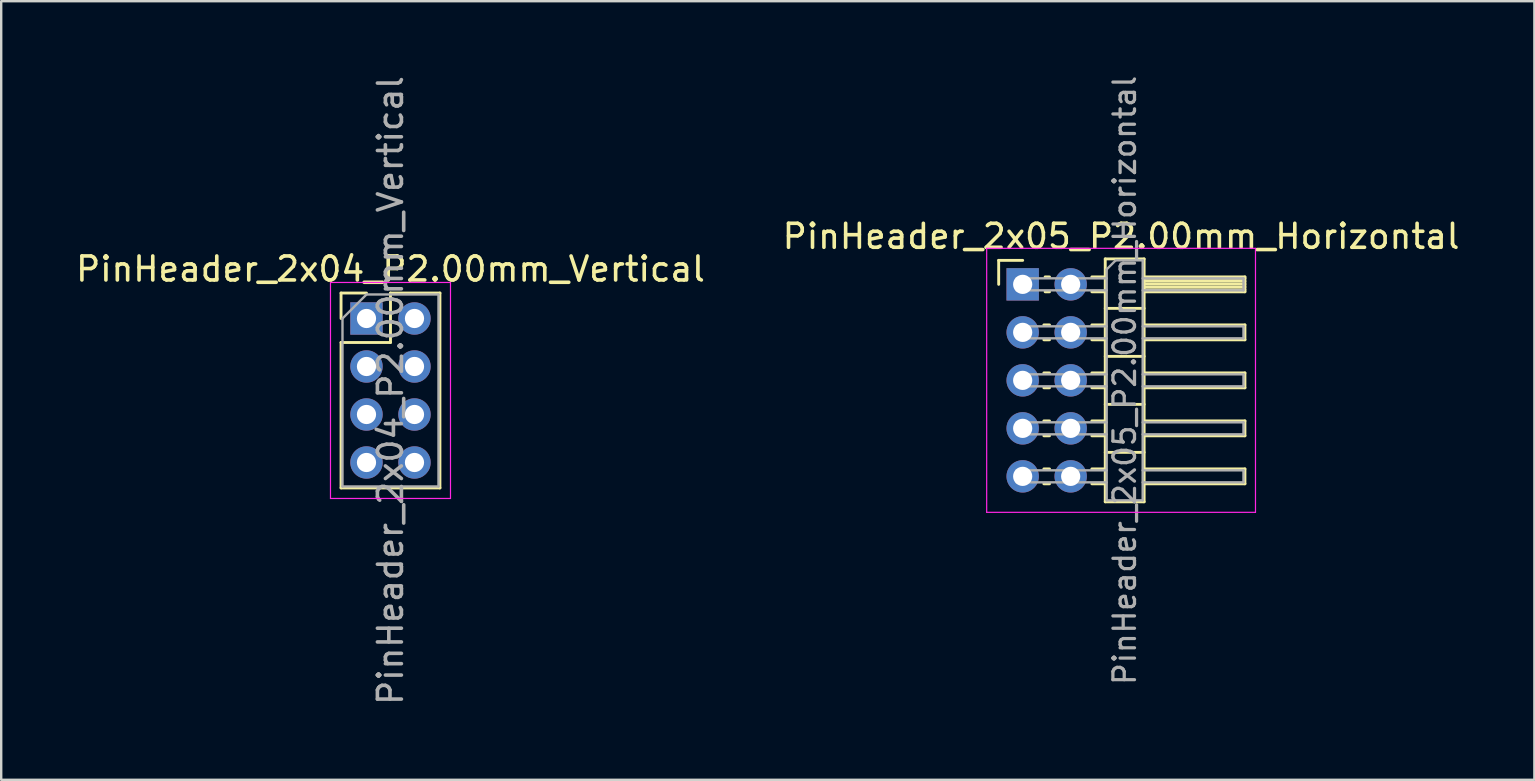
<source format=kicad_pcb>
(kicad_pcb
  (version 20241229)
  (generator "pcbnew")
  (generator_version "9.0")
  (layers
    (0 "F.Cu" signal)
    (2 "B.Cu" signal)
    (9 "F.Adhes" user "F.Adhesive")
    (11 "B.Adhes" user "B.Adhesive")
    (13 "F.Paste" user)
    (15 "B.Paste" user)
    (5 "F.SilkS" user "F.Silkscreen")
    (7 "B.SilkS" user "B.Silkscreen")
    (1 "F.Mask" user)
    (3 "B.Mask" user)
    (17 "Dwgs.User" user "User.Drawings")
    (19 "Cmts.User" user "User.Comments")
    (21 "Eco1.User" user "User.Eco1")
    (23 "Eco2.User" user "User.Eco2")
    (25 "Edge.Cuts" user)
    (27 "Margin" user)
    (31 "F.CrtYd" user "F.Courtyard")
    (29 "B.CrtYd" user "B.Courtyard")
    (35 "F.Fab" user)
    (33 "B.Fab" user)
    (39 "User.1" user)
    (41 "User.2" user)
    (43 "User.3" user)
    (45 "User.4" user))
  (footprint "PinHeader_2x04_P2.00mm_Vertical"
    (layer "F.Cu")
    (at 12.22 10.22)
    (property "Reference" "PinHeader_2x04_P2.00mm_Vertical" (at 1 -2.06 0) (layer "F.SilkS") (effects (font (size 1 1) (thickness 0.15))))
    (attr through_hole)
    (fp_line (start -1.06 -1.06) (end 0 -1.06) (stroke (width 0.12) (type solid)) (layer "F.SilkS"))
    (fp_line (start -1.06 0) (end -1.06 -1.06) (stroke (width 0.12) (type solid)) (layer "F.SilkS"))
    (fp_line (start -1.06 1) (end -1.06 7.06) (stroke (width 0.12) (type solid)) (layer "F.SilkS"))
    (fp_line (start -1.06 1) (end 1 1) (stroke (width 0.12) (type solid)) (layer "F.SilkS"))
    (fp_line (start -1.06 7.06) (end 3.06 7.06) (stroke (width 0.12) (type solid)) (layer "F.SilkS"))
    (fp_line (start 1 -1.06) (end 3.06 -1.06) (stroke (width 0.12) (type solid)) (layer "F.SilkS"))
    (fp_line (start 1 1) (end 1 -1.06) (stroke (width 0.12) (type solid)) (layer "F.SilkS"))
    (fp_line (start 3.06 -1.06) (end 3.06 7.06) (stroke (width 0.12) (type solid)) (layer "F.SilkS"))
    (fp_line (start -1.5 -1.5) (end -1.5 7.5) (stroke (width 0.05) (type solid)) (layer "F.CrtYd"))
    (fp_line (start -1.5 7.5) (end 3.5 7.5) (stroke (width 0.05) (type solid)) (layer "F.CrtYd"))
    (fp_line (start 3.5 -1.5) (end -1.5 -1.5) (stroke (width 0.05) (type solid)) (layer "F.CrtYd"))
    (fp_line (start 3.5 7.5) (end 3.5 -1.5) (stroke (width 0.05) (type solid)) (layer "F.CrtYd"))
    (fp_line (start -1 0) (end 0 -1) (stroke (width 0.1) (type solid)) (layer "F.Fab"))
    (fp_line (start -1 7) (end -1 0) (stroke (width 0.1) (type solid)) (layer "F.Fab"))
    (fp_line (start 0 -1) (end 3 -1) (stroke (width 0.1) (type solid)) (layer "F.Fab"))
    (fp_line (start 3 -1) (end 3 7) (stroke (width 0.1) (type solid)) (layer "F.Fab"))
    (fp_line (start 3 7) (end -1 7) (stroke (width 0.1) (type solid)) (layer "F.Fab"))
    (fp_text user "${REFERENCE}" (at 1 3 90) (layer "F.Fab") (effects (font (size 1 1) (thickness 0.15))))
    (pad "1" thru_hole rect (at 0 0) (size 1.35 1.35) (drill 0.8) (layers "*.Cu" "*.Mask"))
    (pad "2" thru_hole oval (at 2 0) (size 1.35 1.35) (drill 0.8) (layers "*.Cu" "*.Mask"))
    (pad "3" thru_hole oval (at 0 2) (size 1.35 1.35) (drill 0.8) (layers "*.Cu" "*.Mask"))
    (pad "4" thru_hole oval (at 2 2) (size 1.35 1.35) (drill 0.8) (layers "*.Cu" "*.Mask"))
    (pad "5" thru_hole oval (at 0 4) (size 1.35 1.35) (drill 0.8) (layers "*.Cu" "*.Mask"))
    (pad "6" thru_hole oval (at 2 4) (size 1.35 1.35) (drill 0.8) (layers "*.Cu" "*.Mask"))
    (pad "7" thru_hole oval (at 0 6) (size 1.35 1.35) (drill 0.8) (layers "*.Cu" "*.Mask"))
    (pad "8" thru_hole oval (at 2 6) (size 1.35 1.35) (drill 0.8) (layers "*.Cu" "*.Mask")))
  (footprint "PinHeader_2x05_P2.00mm_Horizontal"
    (layer "F.Cu")
    (at 39.561 8.798)
    (property "Reference" "PinHeader_2x05_P2.00mm_Horizontal" (at 4.1 -2 0) (layer "F.SilkS") (effects (font (size 1 1) (thickness 0.15))))
    (attr through_hole)
    (fp_line (start -1 -1) (end 0 -1) (stroke (width 0.12) (type solid)) (layer "F.SilkS"))
    (fp_line (start -1 0) (end -1 -1) (stroke (width 0.12) (type solid)) (layer "F.SilkS"))
    (fp_line (start 0.882 1.69) (end 1.118 1.69) (stroke (width 0.12) (type solid)) (layer "F.SilkS"))
    (fp_line (start 0.882 2.31) (end 1.118 2.31) (stroke (width 0.12) (type solid)) (layer "F.SilkS"))
    (fp_line (start 0.882 3.69) (end 1.118 3.69) (stroke (width 0.12) (type solid)) (layer "F.SilkS"))
    (fp_line (start 0.882 4.31) (end 1.118 4.31) (stroke (width 0.12) (type solid)) (layer "F.SilkS"))
    (fp_line (start 0.882 5.69) (end 1.118 5.69) (stroke (width 0.12) (type solid)) (layer "F.SilkS"))
    (fp_line (start 0.882 6.31) (end 1.118 6.31) (stroke (width 0.12) (type solid)) (layer "F.SilkS"))
    (fp_line (start 0.882 7.69) (end 1.118 7.69) (stroke (width 0.12) (type solid)) (layer "F.SilkS"))
    (fp_line (start 0.882 8.31) (end 1.118 8.31) (stroke (width 0.12) (type solid)) (layer "F.SilkS"))
    (fp_line (start 0.935 -0.31) (end 1.118 -0.31) (stroke (width 0.12) (type solid)) (layer "F.SilkS"))
    (fp_line (start 0.935 0.31) (end 1.118 0.31) (stroke (width 0.12) (type solid)) (layer "F.SilkS"))
    (fp_line (start 2.882 -0.31) (end 3.44 -0.31) (stroke (width 0.12) (type solid)) (layer "F.SilkS"))
    (fp_line (start 2.882 0.31) (end 3.44 0.31) (stroke (width 0.12) (type solid)) (layer "F.SilkS"))
    (fp_line (start 2.882 1.69) (end 3.44 1.69) (stroke (width 0.12) (type solid)) (layer "F.SilkS"))
    (fp_line (start 2.882 2.31) (end 3.44 2.31) (stroke (width 0.12) (type solid)) (layer "F.SilkS"))
    (fp_line (start 2.882 3.69) (end 3.44 3.69) (stroke (width 0.12) (type solid)) (layer "F.SilkS"))
    (fp_line (start 2.882 4.31) (end 3.44 4.31) (stroke (width 0.12) (type solid)) (layer "F.SilkS"))
    (fp_line (start 2.882 5.69) (end 3.44 5.69) (stroke (width 0.12) (type solid)) (layer "F.SilkS"))
    (fp_line (start 2.882 6.31) (end 3.44 6.31) (stroke (width 0.12) (type solid)) (layer "F.SilkS"))
    (fp_line (start 2.882 7.69) (end 3.44 7.69) (stroke (width 0.12) (type solid)) (layer "F.SilkS"))
    (fp_line (start 2.882 8.31) (end 3.44 8.31) (stroke (width 0.12) (type solid)) (layer "F.SilkS"))
    (fp_line (start 3.44 -1.06) (end 3.44 9.06) (stroke (width 0.12) (type solid)) (layer "F.SilkS"))
    (fp_line (start 3.44 1) (end 5.06 1) (stroke (width 0.12) (type solid)) (layer "F.SilkS"))
    (fp_line (start 3.44 3) (end 5.06 3) (stroke (width 0.12) (type solid)) (layer "F.SilkS"))
    (fp_line (start 3.44 5) (end 5.06 5) (stroke (width 0.12) (type solid)) (layer "F.SilkS"))
    (fp_line (start 3.44 7) (end 5.06 7) (stroke (width 0.12) (type solid)) (layer "F.SilkS"))
    (fp_line (start 3.44 9.06) (end 5.06 9.06) (stroke (width 0.12) (type solid)) (layer "F.SilkS"))
    (fp_line (start 5.06 -1.06) (end 3.44 -1.06) (stroke (width 0.12) (type solid)) (layer "F.SilkS"))
    (fp_line (start 5.06 -0.31) (end 9.26 -0.31) (stroke (width 0.12) (type solid)) (layer "F.SilkS"))
    (fp_line (start 5.06 -0.25) (end 9.26 -0.25) (stroke (width 0.12) (type solid)) (layer "F.SilkS"))
    (fp_line (start 5.06 -0.13) (end 9.26 -0.13) (stroke (width 0.12) (type solid)) (layer "F.SilkS"))
    (fp_line (start 5.06 -0.01) (end 9.26 -0.01) (stroke (width 0.12) (type solid)) (layer "F.SilkS"))
    (fp_line (start 5.06 0.11) (end 9.26 0.11) (stroke (width 0.12) (type solid)) (layer "F.SilkS"))
    (fp_line (start 5.06 0.23) (end 9.26 0.23) (stroke (width 0.12) (type solid)) (layer "F.SilkS"))
    (fp_line (start 5.06 1.69) (end 9.26 1.69) (stroke (width 0.12) (type solid)) (layer "F.SilkS"))
    (fp_line (start 5.06 3.69) (end 9.26 3.69) (stroke (width 0.12) (type solid)) (layer "F.SilkS"))
    (fp_line (start 5.06 5.69) (end 9.26 5.69) (stroke (width 0.12) (type solid)) (layer "F.SilkS"))
    (fp_line (start 5.06 7.69) (end 9.26 7.69) (stroke (width 0.12) (type solid)) (layer "F.SilkS"))
    (fp_line (start 5.06 9.06) (end 5.06 -1.06) (stroke (width 0.12) (type solid)) (layer "F.SilkS"))
    (fp_line (start 9.26 -0.31) (end 9.26 0.31) (stroke (width 0.12) (type solid)) (layer "F.SilkS"))
    (fp_line (start 9.26 0.31) (end 5.06 0.31) (stroke (width 0.12) (type solid)) (layer "F.SilkS"))
    (fp_line (start 9.26 1.69) (end 9.26 2.31) (stroke (width 0.12) (type solid)) (layer "F.SilkS"))
    (fp_line (start 9.26 2.31) (end 5.06 2.31) (stroke (width 0.12) (type solid)) (layer "F.SilkS"))
    (fp_line (start 9.26 3.69) (end 9.26 4.31) (stroke (width 0.12) (type solid)) (layer "F.SilkS"))
    (fp_line (start 9.26 4.31) (end 5.06 4.31) (stroke (width 0.12) (type solid)) (layer "F.SilkS"))
    (fp_line (start 9.26 5.69) (end 9.26 6.31) (stroke (width 0.12) (type solid)) (layer "F.SilkS"))
    (fp_line (start 9.26 6.31) (end 5.06 6.31) (stroke (width 0.12) (type solid)) (layer "F.SilkS"))
    (fp_line (start 9.26 7.69) (end 9.26 8.31) (stroke (width 0.12) (type solid)) (layer "F.SilkS"))
    (fp_line (start 9.26 8.31) (end 5.06 8.31) (stroke (width 0.12) (type solid)) (layer "F.SilkS"))
    (fp_line (start -1.5 -1.5) (end -1.5 9.5) (stroke (width 0.05) (type solid)) (layer "F.CrtYd"))
    (fp_line (start -1.5 9.5) (end 9.7 9.5) (stroke (width 0.05) (type solid)) (layer "F.CrtYd"))
    (fp_line (start 9.7 -1.5) (end -1.5 -1.5) (stroke (width 0.05) (type solid)) (layer "F.CrtYd"))
    (fp_line (start 9.7 9.5) (end 9.7 -1.5) (stroke (width 0.05) (type solid)) (layer "F.CrtYd"))
    (fp_line (start -0.25 -0.25) (end -0.25 0.25) (stroke (width 0.1) (type solid)) (layer "F.Fab"))
    (fp_line (start -0.25 -0.25) (end 3.5 -0.25) (stroke (width 0.1) (type solid)) (layer "F.Fab"))
    (fp_line (start -0.25 0.25) (end 3.5 0.25) (stroke (width 0.1) (type solid)) (layer "F.Fab"))
    (fp_line (start -0.25 1.75) (end -0.25 2.25) (stroke (width 0.1) (type solid)) (layer "F.Fab"))
    (fp_line (start -0.25 1.75) (end 3.5 1.75) (stroke (width 0.1) (type solid)) (layer "F.Fab"))
    (fp_line (start -0.25 2.25) (end 3.5 2.25) (stroke (width 0.1) (type solid)) (layer "F.Fab"))
    (fp_line (start -0.25 3.75) (end -0.25 4.25) (stroke (width 0.1) (type solid)) (layer "F.Fab"))
    (fp_line (start -0.25 3.75) (end 3.5 3.75) (stroke (width 0.1) (type solid)) (layer "F.Fab"))
    (fp_line (start -0.25 4.25) (end 3.5 4.25) (stroke (width 0.1) (type solid)) (layer "F.Fab"))
    (fp_line (start -0.25 5.75) (end -0.25 6.25) (stroke (width 0.1) (type solid)) (layer "F.Fab"))
    (fp_line (start -0.25 5.75) (end 3.5 5.75) (stroke (width 0.1) (type solid)) (layer "F.Fab"))
    (fp_line (start -0.25 6.25) (end 3.5 6.25) (stroke (width 0.1) (type solid)) (layer "F.Fab"))
    (fp_line (start -0.25 7.75) (end -0.25 8.25) (stroke (width 0.1) (type solid)) (layer "F.Fab"))
    (fp_line (start -0.25 7.75) (end 3.5 7.75) (stroke (width 0.1) (type solid)) (layer "F.Fab"))
    (fp_line (start -0.25 8.25) (end 3.5 8.25) (stroke (width 0.1) (type solid)) (layer "F.Fab"))
    (fp_line (start 3.5 -0.625) (end 3.875 -1) (stroke (width 0.1) (type solid)) (layer "F.Fab"))
    (fp_line (start 3.5 9) (end 3.5 -0.625) (stroke (width 0.1) (type solid)) (layer "F.Fab"))
    (fp_line (start 3.875 -1) (end 5 -1) (stroke (width 0.1) (type solid)) (layer "F.Fab"))
    (fp_line (start 5 -1) (end 5 9) (stroke (width 0.1) (type solid)) (layer "F.Fab"))
    (fp_line (start 5 -0.25) (end 9.2 -0.25) (stroke (width 0.1) (type solid)) (layer "F.Fab"))
    (fp_line (start 5 0.25) (end 9.2 0.25) (stroke (width 0.1) (type solid)) (layer "F.Fab"))
    (fp_line (start 5 1.75) (end 9.2 1.75) (stroke (width 0.1) (type solid)) (layer "F.Fab"))
    (fp_line (start 5 2.25) (end 9.2 2.25) (stroke (width 0.1) (type solid)) (layer "F.Fab"))
    (fp_line (start 5 3.75) (end 9.2 3.75) (stroke (width 0.1) (type solid)) (layer "F.Fab"))
    (fp_line (start 5 4.25) (end 9.2 4.25) (stroke (width 0.1) (type solid)) (layer "F.Fab"))
    (fp_line (start 5 5.75) (end 9.2 5.75) (stroke (width 0.1) (type solid)) (layer "F.Fab"))
    (fp_line (start 5 6.25) (end 9.2 6.25) (stroke (width 0.1) (type solid)) (layer "F.Fab"))
    (fp_line (start 5 7.75) (end 9.2 7.75) (stroke (width 0.1) (type solid)) (layer "F.Fab"))
    (fp_line (start 5 8.25) (end 9.2 8.25) (stroke (width 0.1) (type solid)) (layer "F.Fab"))
    (fp_line (start 5 9) (end 3.5 9) (stroke (width 0.1) (type solid)) (layer "F.Fab"))
    (fp_line (start 9.2 -0.25) (end 9.2 0.25) (stroke (width 0.1) (type solid)) (layer "F.Fab"))
    (fp_line (start 9.2 1.75) (end 9.2 2.25) (stroke (width 0.1) (type solid)) (layer "F.Fab"))
    (fp_line (start 9.2 3.75) (end 9.2 4.25) (stroke (width 0.1) (type solid)) (layer "F.Fab"))
    (fp_line (start 9.2 5.75) (end 9.2 6.25) (stroke (width 0.1) (type solid)) (layer "F.Fab"))
    (fp_line (start 9.2 7.75) (end 9.2 8.25) (stroke (width 0.1) (type solid)) (layer "F.Fab"))
    (fp_text user "${REFERENCE}" (at 4.25 4 90) (layer "F.Fab") (effects (font (size 0.9 0.9) (thickness 0.135))))
    (pad "1" thru_hole rect (at 0 0) (size 1.35 1.35) (drill 0.8) (layers "*.Cu" "*.Mask"))
    (pad "2" thru_hole oval (at 2 0) (size 1.35 1.35) (drill 0.8) (layers "*.Cu" "*.Mask"))
    (pad "3" thru_hole oval (at 0 2) (size 1.35 1.35) (drill 0.8) (layers "*.Cu" "*.Mask"))
    (pad "4" thru_hole oval (at 2 2) (size 1.35 1.35) (drill 0.8) (layers "*.Cu" "*.Mask"))
    (pad "5" thru_hole oval (at 0 4) (size 1.35 1.35) (drill 0.8) (layers "*.Cu" "*.Mask"))
    (pad "6" thru_hole oval (at 2 4) (size 1.35 1.35) (drill 0.8) (layers "*.Cu" "*.Mask"))
    (pad "7" thru_hole oval (at 0 6) (size 1.35 1.35) (drill 0.8) (layers "*.Cu" "*.Mask"))
    (pad "8" thru_hole oval (at 2 6) (size 1.35 1.35) (drill 0.8) (layers "*.Cu" "*.Mask"))
    (pad "9" thru_hole oval (at 0 8) (size 1.35 1.35) (drill 0.8) (layers "*.Cu" "*.Mask"))
    (pad "10" thru_hole oval (at 2 8) (size 1.35 1.35) (drill 0.8) (layers "*.Cu" "*.Mask")))
  (gr_rect
    (start -3 -3)
    (end 60.881 29.44)
    (stroke (width 0.1) (type default))
    (fill no)
    (layer "Edge.Cuts")))
</source>
